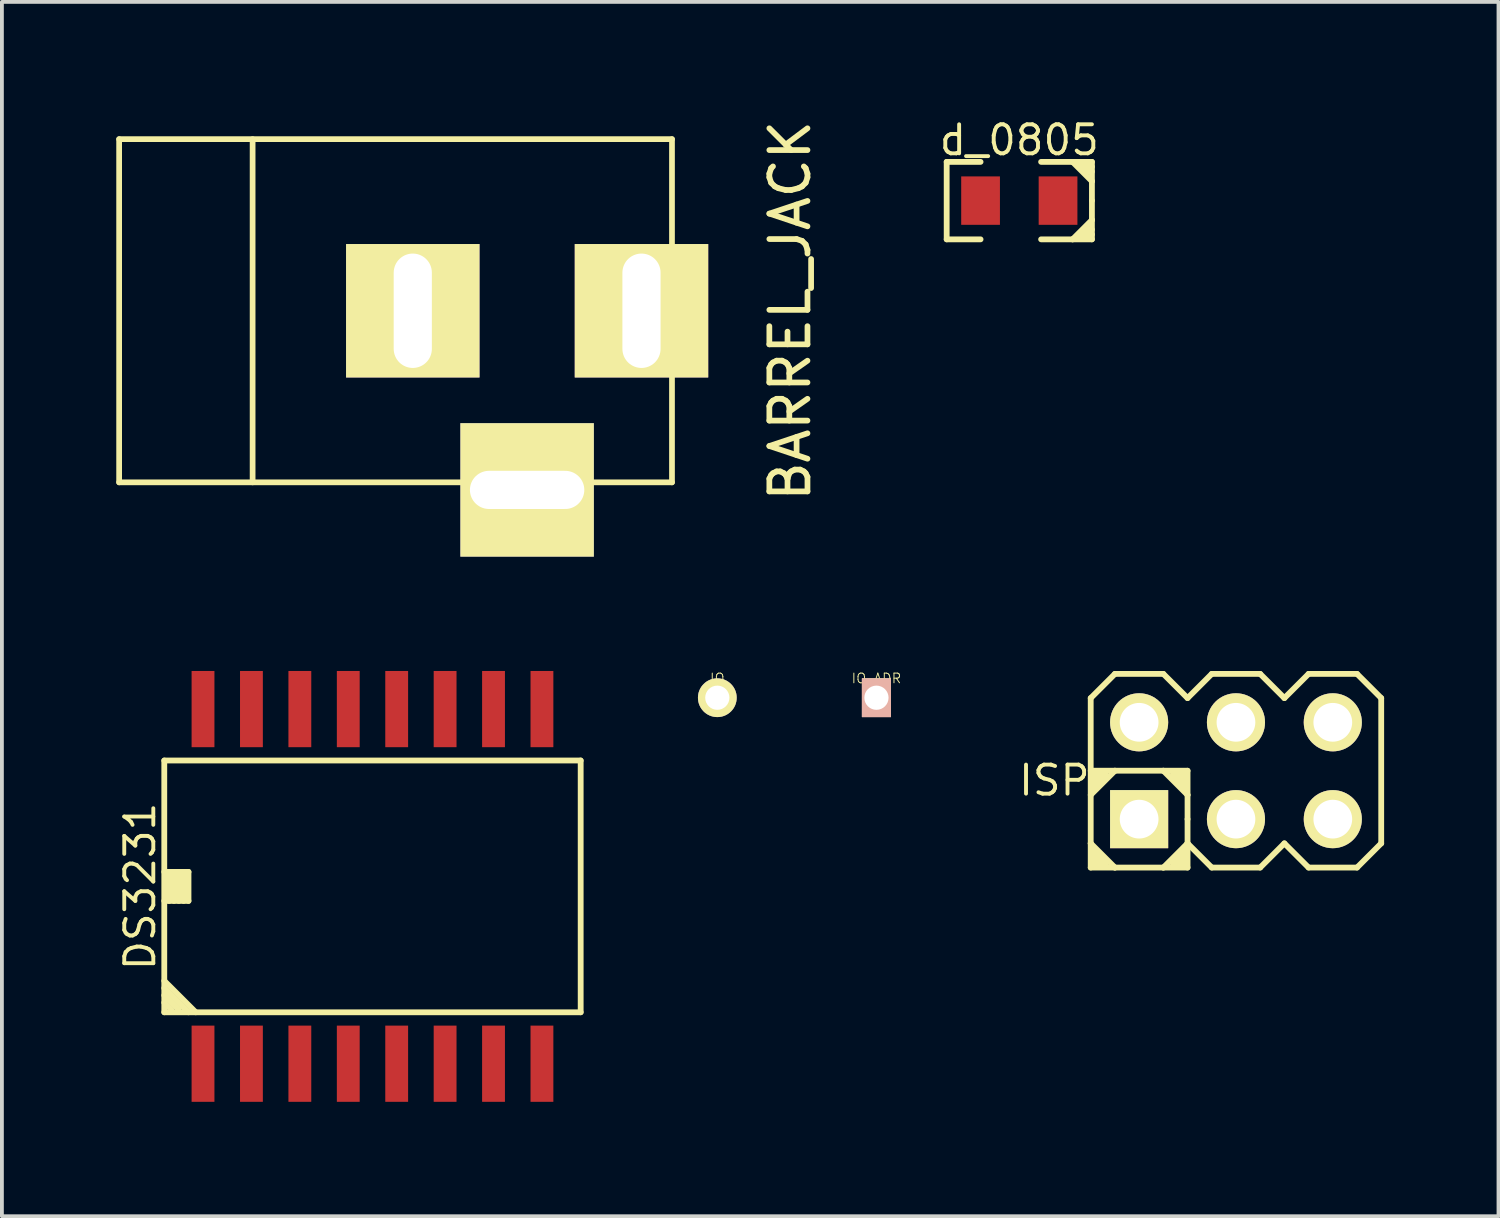
<source format=kicad_pcb>
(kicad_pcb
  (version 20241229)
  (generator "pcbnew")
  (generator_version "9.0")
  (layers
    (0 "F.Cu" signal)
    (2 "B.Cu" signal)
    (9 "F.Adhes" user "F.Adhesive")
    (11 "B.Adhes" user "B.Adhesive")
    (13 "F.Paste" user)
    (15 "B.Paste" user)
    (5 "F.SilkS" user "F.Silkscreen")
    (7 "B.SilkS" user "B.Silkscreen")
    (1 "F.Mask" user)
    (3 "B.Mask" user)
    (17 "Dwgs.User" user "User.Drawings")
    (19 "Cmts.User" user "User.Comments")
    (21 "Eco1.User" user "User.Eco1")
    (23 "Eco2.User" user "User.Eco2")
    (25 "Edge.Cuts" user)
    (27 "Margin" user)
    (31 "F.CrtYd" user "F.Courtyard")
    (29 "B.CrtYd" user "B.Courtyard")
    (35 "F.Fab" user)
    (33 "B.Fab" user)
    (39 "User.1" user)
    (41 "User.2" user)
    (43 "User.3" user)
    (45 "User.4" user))
  (footprint "DS3231"
    (layer "F.Cu")
    (at 6.72 20.2)
    (property "Reference" "DS3231" (at -6.096 0 90) (layer "F.SilkS") (effects (font (size 0.762 0.762) (thickness 0.102))))
    (attr smd)
    (fp_line (start -5.461 -3.302) (end -5.461 3.302) (stroke (width 0.152) (type solid)) (layer "F.SilkS"))
    (fp_line (start -5.461 -3.302) (end 5.461 -3.302) (stroke (width 0.152) (type solid)) (layer "F.SilkS"))
    (fp_line (start -5.461 -0.381) (end -4.826 -0.381) (stroke (width 0.152) (type solid)) (layer "F.SilkS"))
    (fp_line (start -5.461 0.381) (end -4.826 0.381) (stroke (width 0.152) (type solid)) (layer "F.SilkS"))
    (fp_line (start -5.461 2.477) (end -4.636 3.302) (stroke (width 0.152) (type solid)) (layer "F.SilkS"))
    (fp_line (start -5.461 2.857) (end -5.08 3.239) (stroke (width 0.152) (type solid)) (layer "F.SilkS"))
    (fp_line (start -5.461 3.048) (end -5.271 3.239) (stroke (width 0.152) (type solid)) (layer "F.SilkS"))
    (fp_line (start -5.334 -0.381) (end -5.334 0.381) (stroke (width 0.152) (type solid)) (layer "F.SilkS"))
    (fp_line (start -5.207 -0.381) (end -5.207 0.381) (stroke (width 0.152) (type solid)) (layer "F.SilkS"))
    (fp_line (start -5.08 -0.381) (end -5.08 0.381) (stroke (width 0.152) (type solid)) (layer "F.SilkS"))
    (fp_line (start -4.953 -0.381) (end -4.953 0.381) (stroke (width 0.152) (type solid)) (layer "F.SilkS"))
    (fp_line (start -4.826 -0.381) (end -4.826 0.381) (stroke (width 0.152) (type solid)) (layer "F.SilkS"))
    (fp_line (start -4.826 3.302) (end -5.461 2.667) (stroke (width 0.152) (type solid)) (layer "F.SilkS"))
    (fp_line (start 5.461 3.302) (end -5.461 3.302) (stroke (width 0.152) (type solid)) (layer "F.SilkS"))
    (fp_line (start 5.461 3.302) (end 5.461 -3.302) (stroke (width 0.152) (type solid)) (layer "F.SilkS"))
    (pad "1" smd rect (at -4.445 4.651) (size 0.599 1.999) (layers "F.Cu" "F.Mask" "F.Paste"))
    (pad "2" smd rect (at -3.175 4.651) (size 0.599 1.999) (layers "F.Cu" "F.Mask" "F.Paste"))
    (pad "3" smd rect (at -1.905 4.651) (size 0.599 1.999) (layers "F.Cu" "F.Mask" "F.Paste"))
    (pad "4" smd rect (at -0.635 4.651) (size 0.599 1.999) (layers "F.Cu" "F.Mask" "F.Paste"))
    (pad "5" smd rect (at 0.635 4.651) (size 0.599 1.999) (layers "F.Cu" "F.Mask" "F.Paste"))
    (pad "6" smd rect (at 1.905 4.651) (size 0.599 1.999) (layers "F.Cu" "F.Mask" "F.Paste"))
    (pad "7" smd rect (at 3.175 4.651) (size 0.599 1.999) (layers "F.Cu" "F.Mask" "F.Paste"))
    (pad "8" smd rect (at 4.445 4.651) (size 0.599 1.999) (layers "F.Cu" "F.Mask" "F.Paste"))
    (pad "9" smd rect (at 4.445 -4.651) (size 0.599 1.999) (layers "F.Cu" "F.Mask" "F.Paste"))
    (pad "10" smd rect (at 3.175 -4.651) (size 0.599 1.999) (layers "F.Cu" "F.Mask" "F.Paste"))
    (pad "11" smd rect (at 1.905 -4.651) (size 0.599 1.999) (layers "F.Cu" "F.Mask" "F.Paste"))
    (pad "12" smd rect (at 0.635 -4.651) (size 0.599 1.999) (layers "F.Cu" "F.Mask" "F.Paste"))
    (pad "13" smd rect (at -0.635 -4.651) (size 0.599 1.999) (layers "F.Cu" "F.Mask" "F.Paste"))
    (pad "14" smd rect (at -1.905 -4.651) (size 0.599 1.999) (layers "F.Cu" "F.Mask" "F.Paste"))
    (pad "15" smd rect (at -3.175 -4.651) (size 0.599 1.999) (layers "F.Cu" "F.Mask" "F.Paste"))
    (pad "16" smd rect (at -4.445 -4.651) (size 0.599 1.999) (layers "F.Cu" "F.Mask" "F.Paste")))
  (footprint "BARREL_JACK"
    (layer "F.Cu")
    (at 7.576 5.101)
    (property "Reference" "BARREL_JACK" (at 10.099 0 90) (layer "F.SilkS") (effects (font (size 1 1) (thickness 0.15))))
    (attr through_hole)
    (fp_line (start -7.501 -4.501) (end -7.501 4.501) (stroke (width 0.15) (type solid)) (layer "F.SilkS"))
    (fp_line (start -7.501 4.501) (end 7 4.501) (stroke (width 0.15) (type solid)) (layer "F.SilkS"))
    (fp_line (start -4 -4.501) (end -4 4.501) (stroke (width 0.15) (type solid)) (layer "F.SilkS"))
    (fp_line (start 7 -4.501) (end -7.501 -4.501) (stroke (width 0.15) (type solid)) (layer "F.SilkS"))
    (fp_line (start 7 4.501) (end 7 -4.501) (stroke (width 0.15) (type solid)) (layer "F.SilkS"))
    (pad "1" thru_hole rect (at 6.2 0) (size 3.5 3.5) (drill oval 1.001 3) (layers "*.Cu" "*.Mask" "F.SilkS"))
    (pad "2" thru_hole rect (at 0.201 0) (size 3.5 3.5) (drill oval 1.001 3) (layers "*.Cu" "*.Mask" "F.SilkS"))
    (pad "3" thru_hole rect (at 3.2 4.699) (size 3.5 3.5) (drill oval 3 1.001) (layers "*.Cu" "*.Mask" "F.SilkS")))
  (footprint "ISP"
    (layer "F.Cu")
    (at 26.829 18.436)
    (property "Reference" "ISP" (at -2.223 -1.016 0) (layer "F.SilkS") (effects (font (size 0.762 0.762) (thickness 0.102))))
    (attr through_hole)
    (fp_line (start -1.27 -3.175) (end -0.635 -3.81) (stroke (width 0.152) (type solid)) (layer "F.SilkS"))
    (fp_line (start -1.27 0.635) (end -1.27 -3.175) (stroke (width 0.152) (type solid)) (layer "F.SilkS"))
    (fp_line (start -1.27 0.635) (end -1.27 1.27) (stroke (width 0.152) (type solid)) (layer "F.SilkS"))
    (fp_line (start -1.27 1.27) (end -0.635 1.27) (stroke (width 0.152) (type solid)) (layer "F.SilkS"))
    (fp_line (start -1.143 -1.206) (end -1.143 -0.826) (stroke (width 0.152) (type solid)) (layer "F.SilkS"))
    (fp_line (start -1.143 1.206) (end -1.143 0.826) (stroke (width 0.152) (type solid)) (layer "F.SilkS"))
    (fp_line (start -1.016 -1.206) (end -1.016 -0.953) (stroke (width 0.152) (type solid)) (layer "F.SilkS"))
    (fp_line (start -1.016 1.206) (end -1.016 0.953) (stroke (width 0.152) (type solid)) (layer "F.SilkS"))
    (fp_line (start -0.889 -1.206) (end -0.889 -1.079) (stroke (width 0.152) (type solid)) (layer "F.SilkS"))
    (fp_line (start -0.889 1.206) (end -0.889 1.079) (stroke (width 0.152) (type solid)) (layer "F.SilkS"))
    (fp_line (start -0.635 -3.81) (end 0.635 -3.81) (stroke (width 0.152) (type solid)) (layer "F.SilkS"))
    (fp_line (start -0.635 -1.27) (end -1.27 -1.27) (stroke (width 0.152) (type solid)) (layer "F.SilkS"))
    (fp_line (start -0.635 -1.27) (end -1.27 -0.635) (stroke (width 0.152) (type solid)) (layer "F.SilkS"))
    (fp_line (start -0.635 1.27) (end -1.27 0.635) (stroke (width 0.152) (type solid)) (layer "F.SilkS"))
    (fp_line (start 0.635 -3.81) (end 1.27 -3.175) (stroke (width 0.152) (type solid)) (layer "F.SilkS"))
    (fp_line (start 0.635 -1.27) (end -0.635 -1.27) (stroke (width 0.152) (type solid)) (layer "F.SilkS"))
    (fp_line (start 0.635 -1.27) (end 1.27 -1.27) (stroke (width 0.152) (type solid)) (layer "F.SilkS"))
    (fp_line (start 0.635 1.27) (end -0.635 1.27) (stroke (width 0.152) (type solid)) (layer "F.SilkS"))
    (fp_line (start 0.889 -1.206) (end 0.889 -1.079) (stroke (width 0.152) (type solid)) (layer "F.SilkS"))
    (fp_line (start 0.889 1.206) (end 0.889 1.079) (stroke (width 0.152) (type solid)) (layer "F.SilkS"))
    (fp_line (start 1.016 -1.206) (end 1.016 -0.953) (stroke (width 0.152) (type solid)) (layer "F.SilkS"))
    (fp_line (start 1.016 1.206) (end 1.016 0.953) (stroke (width 0.152) (type solid)) (layer "F.SilkS"))
    (fp_line (start 1.143 -1.206) (end 1.143 -0.826) (stroke (width 0.152) (type solid)) (layer "F.SilkS"))
    (fp_line (start 1.143 1.206) (end 1.143 0.826) (stroke (width 0.152) (type solid)) (layer "F.SilkS"))
    (fp_line (start 1.27 -3.175) (end 1.905 -3.81) (stroke (width 0.152) (type solid)) (layer "F.SilkS"))
    (fp_line (start 1.27 -1.27) (end 1.27 -0.635) (stroke (width 0.152) (type solid)) (layer "F.SilkS"))
    (fp_line (start 1.27 -0.635) (end 0.635 -1.27) (stroke (width 0.152) (type solid)) (layer "F.SilkS"))
    (fp_line (start 1.27 0) (end 1.27 -0.635) (stroke (width 0.152) (type solid)) (layer "F.SilkS"))
    (fp_line (start 1.27 0.635) (end 0.635 1.27) (stroke (width 0.152) (type solid)) (layer "F.SilkS"))
    (fp_line (start 1.27 0.635) (end 1.27 0) (stroke (width 0.152) (type solid)) (layer "F.SilkS"))
    (fp_line (start 1.27 0.635) (end 1.27 1.27) (stroke (width 0.152) (type solid)) (layer "F.SilkS"))
    (fp_line (start 1.27 1.27) (end 0.635 1.27) (stroke (width 0.152) (type solid)) (layer "F.SilkS"))
    (fp_line (start 1.905 -3.81) (end 3.175 -3.81) (stroke (width 0.152) (type solid)) (layer "F.SilkS"))
    (fp_line (start 1.905 1.27) (end 1.27 0.635) (stroke (width 0.152) (type solid)) (layer "F.SilkS"))
    (fp_line (start 3.175 -3.81) (end 3.81 -3.175) (stroke (width 0.152) (type solid)) (layer "F.SilkS"))
    (fp_line (start 3.175 1.27) (end 1.905 1.27) (stroke (width 0.152) (type solid)) (layer "F.SilkS"))
    (fp_line (start 3.81 -3.175) (end 4.445 -3.81) (stroke (width 0.152) (type solid)) (layer "F.SilkS"))
    (fp_line (start 3.81 0.635) (end 3.175 1.27) (stroke (width 0.152) (type solid)) (layer "F.SilkS"))
    (fp_line (start 4.445 -3.81) (end 5.715 -3.81) (stroke (width 0.152) (type solid)) (layer "F.SilkS"))
    (fp_line (start 4.445 1.27) (end 3.81 0.635) (stroke (width 0.152) (type solid)) (layer "F.SilkS"))
    (fp_line (start 5.715 -3.81) (end 6.35 -3.175) (stroke (width 0.152) (type solid)) (layer "F.SilkS"))
    (fp_line (start 5.715 1.27) (end 4.445 1.27) (stroke (width 0.152) (type solid)) (layer "F.SilkS"))
    (fp_line (start 6.35 -3.175) (end 6.35 0.635) (stroke (width 0.152) (type solid)) (layer "F.SilkS"))
    (fp_line (start 6.35 0.635) (end 5.715 1.27) (stroke (width 0.152) (type solid)) (layer "F.SilkS"))
    (pad "1" thru_hole rect (at 0 0) (size 1.524 1.524) (drill 1.016) (layers "*.Cu" "*.Mask" "F.SilkS"))
    (pad "2" thru_hole circle (at 0 -2.54) (size 1.524 1.524) (drill 1.016) (layers "*.Cu" "*.Mask" "F.SilkS"))
    (pad "3" thru_hole circle (at 2.54 0) (size 1.524 1.524) (drill 1.016) (layers "*.Cu" "*.Mask" "F.SilkS"))
    (pad "4" thru_hole circle (at 2.54 -2.54) (size 1.524 1.524) (drill 1.016) (layers "*.Cu" "*.Mask" "F.SilkS"))
    (pad "5" thru_hole circle (at 5.08 0) (size 1.524 1.524) (drill 1.016) (layers "*.Cu" "*.Mask" "F.SilkS"))
    (pad "6" thru_hole circle (at 5.08 -2.54) (size 1.524 1.524) (drill 1.016) (layers "*.Cu" "*.Mask" "F.SilkS")))
  (footprint "IO"
    (layer "F.Cu")
    (at 15.765 15.251)
    (property "Reference" "IO" (at 0 -0.508 0) (layer "F.SilkS") (effects (font (size 0.254 0.254) (thickness 0.025))))
    (attr through_hole)
    (pad "1" thru_hole circle (at 0 0) (size 1.016 1.016) (drill 0.635) (layers "*.Cu" "*.Mask" "F.SilkS")))
  (footprint "IO_ADR"
    (layer "F.Cu")
    (at 19.939 15.251)
    (property "Reference" "IO_ADR" (at 0 -0.508 0) (layer "F.SilkS") (effects (font (size 0.254 0.254) (thickness 0.025))))
    (attr through_hole)
    (pad "1" thru_hole rect (at 0 0) (size 0.762 1.016) (drill 0.635) (layers "*.Cu" "*.SilkS" "*.Mask")))
  (footprint "d_0805"
    (layer "F.Cu")
    (at 23.686 2.212)
    (property "Reference" "d_0805" (at 0 -1.587 0) (layer "F.SilkS") (effects (font (size 0.762 0.762) (thickness 0.102))))
    (attr smd)
    (fp_line (start -1.905 -1.016) (end -1.905 1.016) (stroke (width 0.152) (type solid)) (layer "F.SilkS"))
    (fp_line (start -1.905 1.016) (end -1.016 1.016) (stroke (width 0.152) (type solid)) (layer "F.SilkS"))
    (fp_line (start -1.016 -1.016) (end -1.905 -1.016) (stroke (width 0.152) (type solid)) (layer "F.SilkS"))
    (fp_line (start 0.572 -1.016) (end 1.397 -1.016) (stroke (width 0.152) (type solid)) (layer "F.SilkS"))
    (fp_line (start 0.572 1.016) (end 1.397 1.016) (stroke (width 0.152) (type solid)) (layer "F.SilkS"))
    (fp_line (start 1.397 1.016) (end 1.905 0.508) (stroke (width 0.152) (type solid)) (layer "F.SilkS"))
    (fp_line (start 1.905 -1.016) (end 1.397 -1.016) (stroke (width 0.152) (type solid)) (layer "F.SilkS"))
    (fp_line (start 1.905 -0.889) (end 1.587 -0.889) (stroke (width 0.152) (type solid)) (layer "F.SilkS"))
    (fp_line (start 1.905 -0.762) (end 1.714 -0.762) (stroke (width 0.152) (type solid)) (layer "F.SilkS"))
    (fp_line (start 1.905 -0.508) (end 1.397 -1.016) (stroke (width 0.152) (type solid)) (layer "F.SilkS"))
    (fp_line (start 1.905 -0.508) (end 1.905 -1.016) (stroke (width 0.152) (type solid)) (layer "F.SilkS"))
    (fp_line (start 1.905 0) (end 1.905 -0.508) (stroke (width 0.152) (type solid)) (layer "F.SilkS"))
    (fp_line (start 1.905 0.508) (end 1.905 0) (stroke (width 0.152) (type solid)) (layer "F.SilkS"))
    (fp_line (start 1.905 0.508) (end 1.905 1.016) (stroke (width 0.152) (type solid)) (layer "F.SilkS"))
    (fp_line (start 1.905 0.762) (end 1.714 0.762) (stroke (width 0.152) (type solid)) (layer "F.SilkS"))
    (fp_line (start 1.905 0.889) (end 1.587 0.889) (stroke (width 0.152) (type solid)) (layer "F.SilkS"))
    (fp_line (start 1.905 1.016) (end 1.397 1.016) (stroke (width 0.152) (type solid)) (layer "F.SilkS"))
    (pad "1" smd rect (at 1.016 0) (size 1.016 1.27) (layers "F.Cu" "F.Mask" "F.Paste"))
    (pad "2" smd rect (at -1.016 0) (size 1.016 1.27) (layers "F.Cu" "F.Mask" "F.Paste")))
  (gr_rect
    (start -3 -3)
    (end 36.255 28.851)
    (stroke (width 0.1) (type default))
    (fill no)
    (layer "Edge.Cuts")))
</source>
